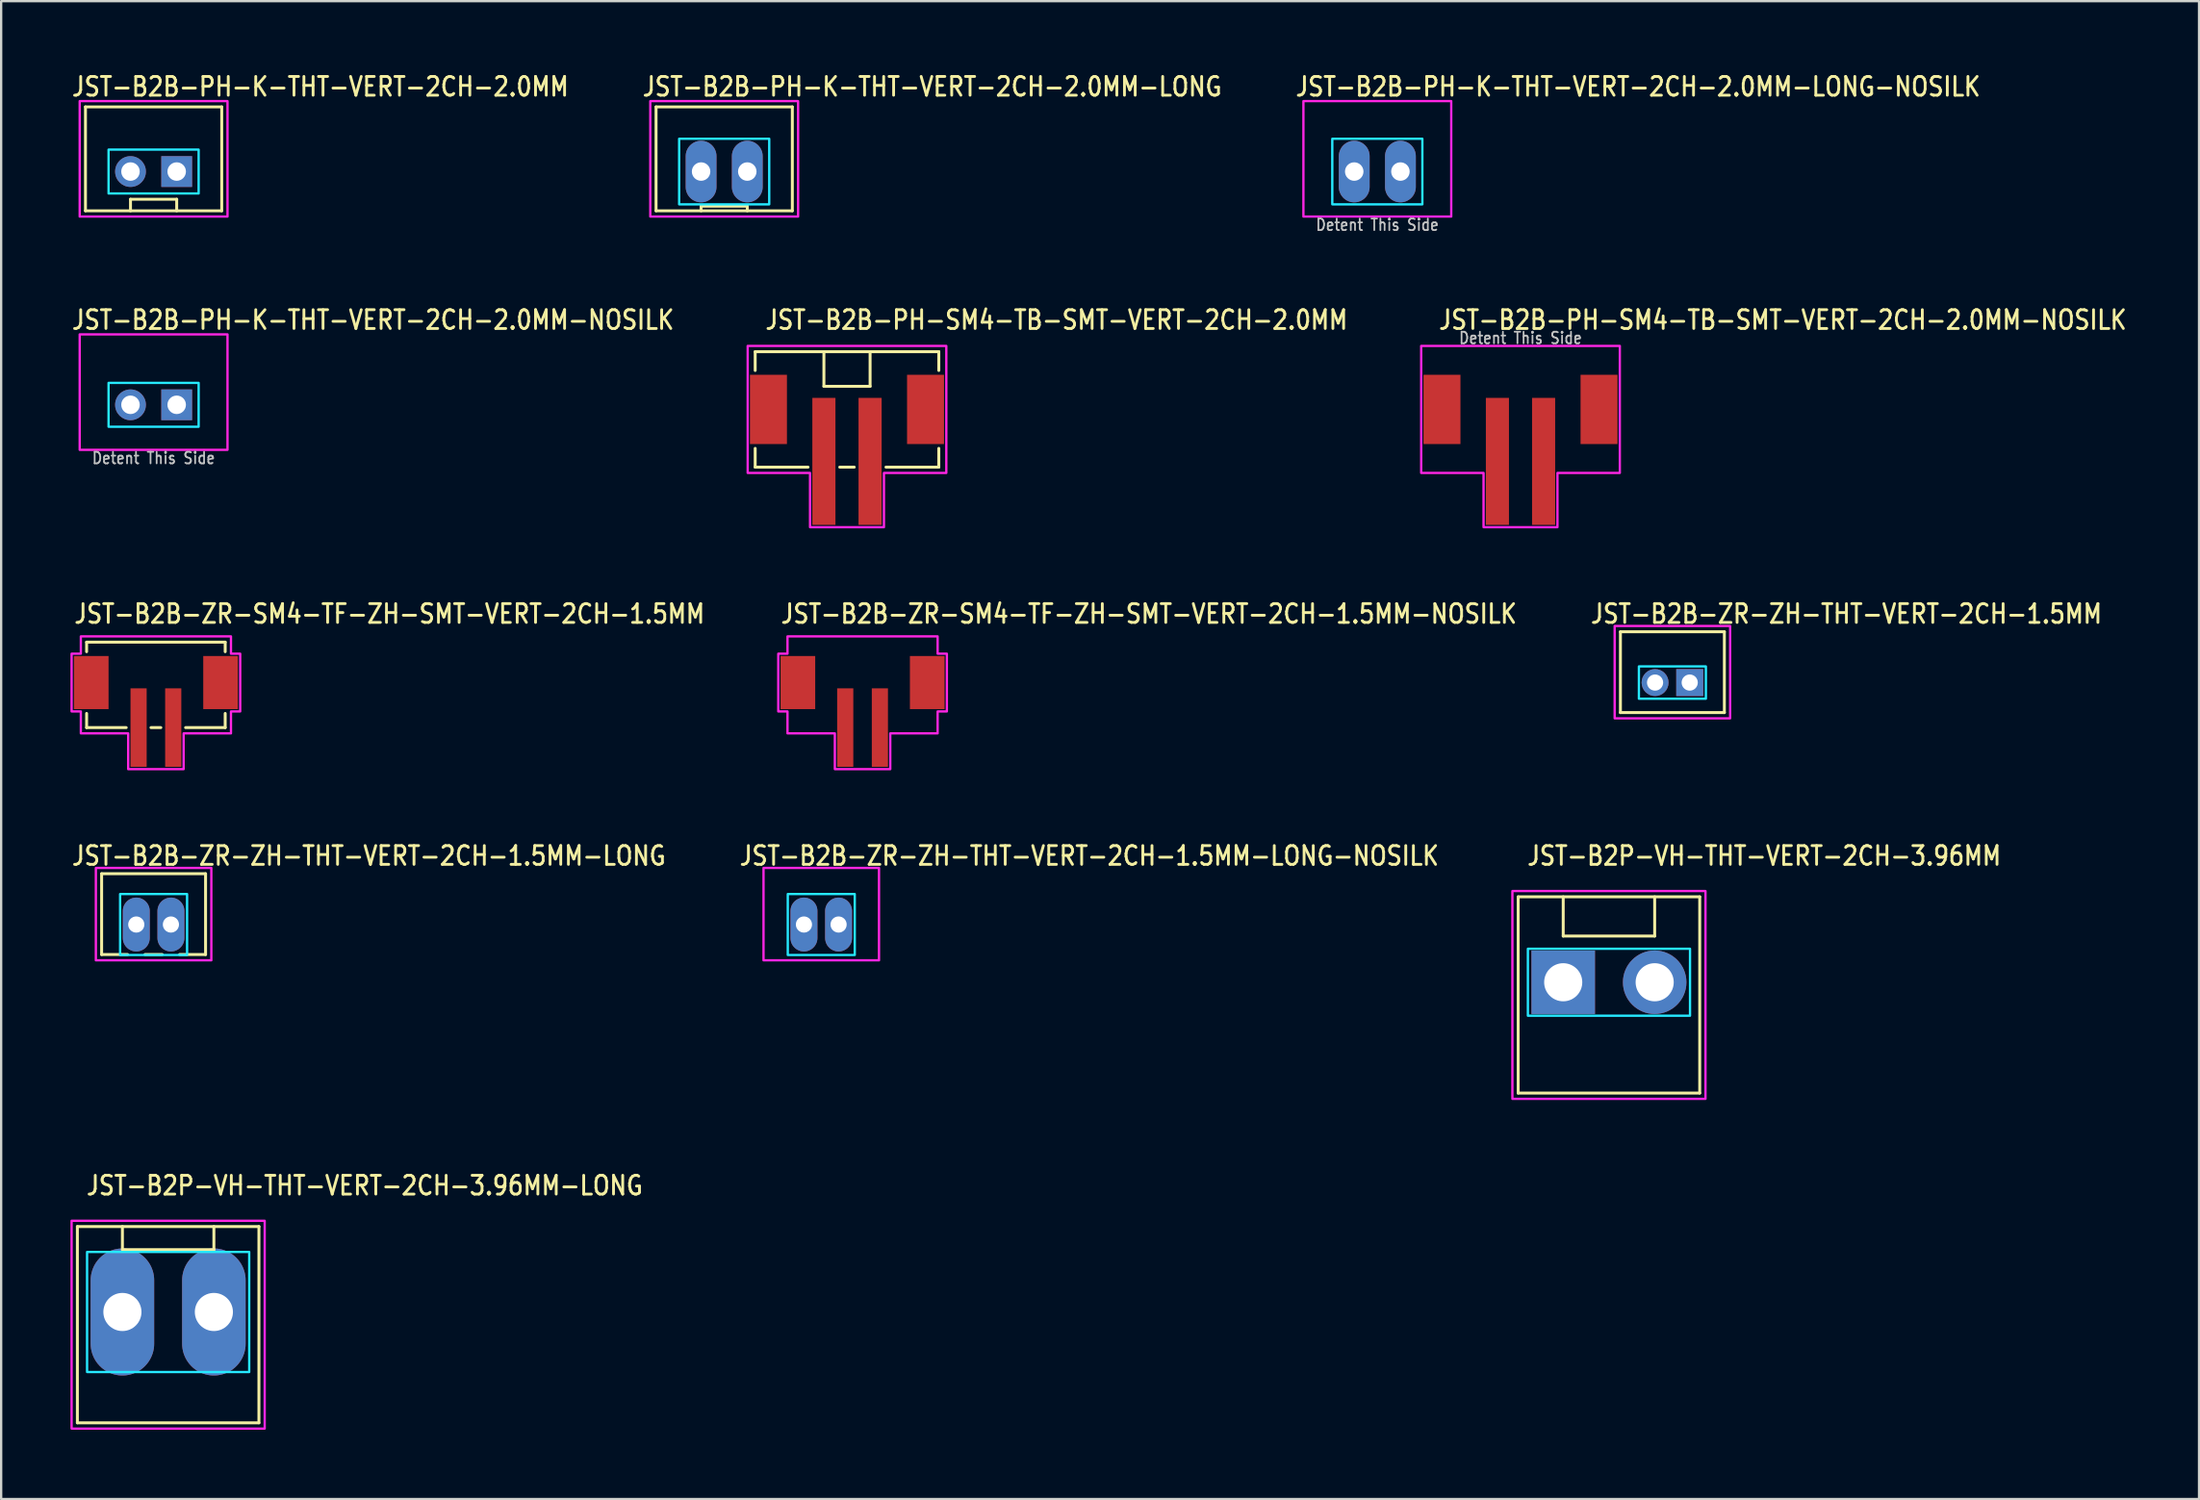
<source format=kicad_pcb>
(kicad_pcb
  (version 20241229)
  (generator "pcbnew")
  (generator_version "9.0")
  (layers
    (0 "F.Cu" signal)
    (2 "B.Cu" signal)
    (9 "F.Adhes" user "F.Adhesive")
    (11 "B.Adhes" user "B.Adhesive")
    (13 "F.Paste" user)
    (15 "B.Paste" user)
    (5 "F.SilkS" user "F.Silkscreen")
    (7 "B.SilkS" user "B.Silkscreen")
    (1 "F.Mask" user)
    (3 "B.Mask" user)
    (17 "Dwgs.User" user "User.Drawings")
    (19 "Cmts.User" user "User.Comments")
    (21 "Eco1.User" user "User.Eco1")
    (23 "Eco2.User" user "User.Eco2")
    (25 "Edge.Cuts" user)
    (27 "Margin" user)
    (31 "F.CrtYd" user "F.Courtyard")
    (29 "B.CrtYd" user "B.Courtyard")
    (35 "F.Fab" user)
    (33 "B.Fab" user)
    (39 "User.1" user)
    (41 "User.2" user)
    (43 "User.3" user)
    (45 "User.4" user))
  (footprint "JST-B2B-PH-K-THT-VERT-2CH-2.0MM-LONG-NOSILK"
    (layer "F.Cu")
    (at 56.582 4.379)
    (property "Reference" "JST-B2B-PH-K-THT-VERT-2CH-2.0MM-LONG-NOSILK" (at -3.6 -3.2 0) (unlocked yes) (layer "F.SilkS") (effects (font (size 0.813 0.695) (thickness 0.122)) (justify left bottom)))
    (fp_poly (pts (xy -1.95 -1.42) (xy -1.95 1.42) (xy 1.95 1.42) (xy 1.95 -1.42)) (stroke (width 0.1) (type solid)) (fill no) (layer "B.CrtYd"))
    (fp_poly (pts (xy -3.2 1.95) (xy -3.2 -3.05) (xy 3.2 -3.05) (xy 3.2 1.95)) (stroke (width 0.1) (type solid)) (fill no) (layer "F.CrtYd"))
    (fp_text user "Detent This Side" (at 0 2.6 0) (unlocked yes) (layer "Dwgs.User") (effects (font (size 0.5 0.427) (thickness 0.075)) (justify bottom)))
    (pad "1" thru_hole oval (at 1 0 90) (size 2.667 1.333) (drill 0.8) (layers "*.Cu" "*.Mask"))
    (pad "2" thru_hole oval (at -1 0 90) (size 2.667 1.333) (drill 0.8) (layers "*.Cu" "*.Mask")))
  (footprint "JST-B2B-ZR-ZH-THT-VERT-2CH-1.5MM"
    (layer "F.Cu")
    (at 69.357 26.509)
    (property "Reference" "JST-B2B-ZR-ZH-THT-VERT-2CH-1.5MM" (at -3.6 -2.5 0) (unlocked yes) (layer "F.SilkS") (effects (font (size 0.813 0.695) (thickness 0.122)) (justify left bottom)))
    (fp_line (start -2.25 -2.2) (end 2.25 -2.2) (stroke (width 0.127) (type solid)) (layer "F.SilkS"))
    (fp_line (start -2.25 1.3) (end -2.25 -2.2) (stroke (width 0.127) (type solid)) (layer "F.SilkS"))
    (fp_line (start -2.25 1.3) (end 2.25 1.3) (stroke (width 0.127) (type solid)) (layer "F.SilkS"))
    (fp_line (start 2.25 -2.2) (end 2.25 1.3) (stroke (width 0.127) (type solid)) (layer "F.SilkS"))
    (fp_poly (pts (xy -1.45 -0.7) (xy -1.45 0.7) (xy 1.45 0.7) (xy 1.45 -0.7)) (stroke (width 0.1) (type solid)) (fill no) (layer "B.CrtYd"))
    (fp_poly (pts (xy -2.5 -2.45) (xy -2.5 1.55) (xy 2.5 1.55) (xy 2.5 -2.45)) (stroke (width 0.1) (type solid)) (fill no) (layer "F.CrtYd"))
    (pad "1" thru_hole rect (at 0.75 0) (size 1.167 1.167) (drill 0.7) (layers "*.Cu" "*.Mask"))
    (pad "2" thru_hole oval (at -0.75 0) (size 1.167 1.167) (drill 0.7) (layers "*.Cu" "*.Mask")))
  (footprint "JST-B2B-PH-SM4-TB-SMT-VERT-2CH-2.0MM-NOSILK"
    (layer "F.Cu")
    (at 62.781 14.68)
    (property "Reference" "JST-B2B-PH-SM4-TB-SMT-VERT-2CH-2.0MM-NOSILK" (at -3.6 -3.4 0) (unlocked yes) (layer "F.SilkS") (effects (font (size 0.813 0.695) (thickness 0.122)) (justify left bottom)))
    (fp_poly (pts (xy -4.3 -2.75) (xy -4.3 2.75) (xy -1.6 2.75) (xy -1.6 5.1) (xy 1.6 5.1) (xy 1.6 2.75) (xy 4.3 2.75) (xy 4.3 -2.75)) (stroke (width 0.1) (type solid)) (fill no) (layer "F.CrtYd"))
    (fp_text user "Detent This Side" (at 0 -2.8 0) (unlocked yes) (layer "Dwgs.User") (effects (font (size 0.5 0.427) (thickness 0.075)) (justify bottom)))
    (pad "1" smd rect (at -1 2.25) (size 1 5.5) (layers "F.Cu" "F.Mask" "F.Paste"))
    (pad "2" smd rect (at 1 2.25) (size 1 5.5) (layers "F.Cu" "F.Mask" "F.Paste"))
    (pad "S_1" smd rect (at -3.4 0) (size 1.6 3) (layers "F.Cu" "F.Mask" "F.Paste"))
    (pad "S_2" smd rect (at 3.4 0) (size 1.6 3) (layers "F.Cu" "F.Mask" "F.Paste")))
  (footprint "JST-B2P-VH-THT-VERT-2CH-3.96MM-LONG"
    (layer "F.Cu")
    (at 4.23 53.766)
    (property "Reference" "JST-B2P-VH-THT-VERT-2CH-3.96MM-LONG" (at -3.6 -5 0) (unlocked yes) (layer "F.SilkS") (effects (font (size 0.813 0.695) (thickness 0.122)) (justify left bottom)))
    (fp_line (start -3.93 -3.7) (end 3.93 -3.7) (stroke (width 0.127) (type solid)) (layer "F.SilkS"))
    (fp_line (start -3.93 4.8) (end -3.93 -3.7) (stroke (width 0.127) (type solid)) (layer "F.SilkS"))
    (fp_line (start -3.93 4.8) (end 3.93 4.8) (stroke (width 0.127) (type solid)) (layer "F.SilkS"))
    (fp_line (start -1.98 -3.7) (end -1.98 -2.7) (stroke (width 0.127) (type solid)) (layer "F.SilkS"))
    (fp_line (start -1.98 -2.7) (end 1.98 -2.7) (stroke (width 0.127) (type solid)) (layer "F.SilkS"))
    (fp_line (start 1.98 -3.7) (end 1.98 -2.7) (stroke (width 0.127) (type solid)) (layer "F.SilkS"))
    (fp_line (start 3.93 -3.7) (end 3.93 4.8) (stroke (width 0.127) (type solid)) (layer "F.SilkS"))
    (fp_poly (pts (xy -3.51 -2.6) (xy -3.51 2.6) (xy 3.51 2.6) (xy 3.51 -2.6)) (stroke (width 0.1) (type solid)) (fill no) (layer "B.CrtYd"))
    (fp_poly (pts (xy -4.18 -3.95) (xy -4.18 5.05) (xy 4.18 5.05) (xy 4.18 -3.95)) (stroke (width 0.1) (type solid)) (fill no) (layer "F.CrtYd"))
    (pad "1" thru_hole oval (at -1.98 0 90) (size 5.5 2.75) (drill 1.65) (layers "*.Cu" "*.Mask"))
    (pad "2" thru_hole oval (at 1.98 0 90) (size 5.5 2.75) (drill 1.65) (layers "*.Cu" "*.Mask")))
  (footprint "JST-B2B-ZR-SM4-TF-ZH-SMT-VERT-2CH-1.5MM"
    (layer "F.Cu")
    (at 3.7 26.509)
    (property "Reference" "JST-B2B-ZR-SM4-TF-ZH-SMT-VERT-2CH-1.5MM" (at -3.6 -2.5 0) (unlocked yes) (layer "F.SilkS") (effects (font (size 0.813 0.695) (thickness 0.122)) (justify left bottom)))
    (fp_line (start -3 -1.75) (end -3 -1.337) (stroke (width 0.127) (type solid)) (layer "F.SilkS"))
    (fp_line (start -3 -1.75) (end 3 -1.75) (stroke (width 0.127) (type solid)) (layer "F.SilkS"))
    (fp_line (start -3 1.95) (end -3 1.337) (stroke (width 0.127) (type solid)) (layer "F.SilkS"))
    (fp_line (start -3 1.95) (end -1.286 1.95) (stroke (width 0.127) (type solid)) (layer "F.SilkS"))
    (fp_line (start -0.213 1.95) (end 0.213 1.95) (stroke (width 0.127) (type solid)) (layer "F.SilkS"))
    (fp_line (start 1.286 1.95) (end 3 1.95) (stroke (width 0.127) (type solid)) (layer "F.SilkS"))
    (fp_line (start 3 -1.337) (end 3 -1.75) (stroke (width 0.127) (type solid)) (layer "F.SilkS"))
    (fp_line (start 3 1.337) (end 3 1.95) (stroke (width 0.127) (type solid)) (layer "F.SilkS"))
    (fp_poly (pts (xy -3.25 -2) (xy -3.25 -1.25) (xy -3.65 -1.25) (xy -3.65 1.25) (xy -3.25 1.25) (xy -3.25 2.2) (xy -1.2 2.2) (xy -1.2 3.75) (xy 1.2 3.75) (xy 1.2 2.2) (xy 3.25 2.2) (xy 3.25 1.25) (xy 3.65 1.25) (xy 3.65 -1.25) (xy 3.25 -1.25) (xy 3.25 -2)) (stroke (width 0.1) (type solid)) (fill no) (layer "F.CrtYd"))
    (pad "P$1" smd rect (at -0.75 1.95) (size 0.7 3.4) (layers "F.Cu" "F.Mask" "F.Paste"))
    (pad "P$2" smd rect (at 0.75 1.95) (size 0.7 3.4) (layers "F.Cu" "F.Mask" "F.Paste"))
    (pad "S$3" smd rect (at 2.8 0) (size 1.5 2.3) (layers "F.Cu" "F.Mask" "F.Paste"))
    (pad "S$4" smd rect (at -2.8 0) (size 1.5 2.3) (layers "F.Cu" "F.Mask" "F.Paste")))
  (footprint "JST-B2B-ZR-ZH-THT-VERT-2CH-1.5MM-LONG-NOSILK"
    (layer "F.Cu")
    (at 32.507 36.987)
    (property "Reference" "JST-B2B-ZR-ZH-THT-VERT-2CH-1.5MM-LONG-NOSILK" (at -3.6 -2.5 0) (unlocked yes) (layer "F.SilkS") (effects (font (size 0.813 0.695) (thickness 0.122)) (justify left bottom)))
    (fp_poly (pts (xy -1.45 -1.32) (xy -1.45 1.32) (xy 1.45 1.32) (xy 1.45 -1.32)) (stroke (width 0.1) (type solid)) (fill no) (layer "B.CrtYd"))
    (fp_poly (pts (xy -2.5 -2.45) (xy -2.5 1.55) (xy 2.5 1.55) (xy 2.5 -2.45)) (stroke (width 0.1) (type solid)) (fill no) (layer "F.CrtYd"))
    (pad "1" thru_hole oval (at 0.75 0 90) (size 2.333 1.167) (drill 0.7) (layers "*.Cu" "*.Mask"))
    (pad "2" thru_hole oval (at -0.75 0 90) (size 2.333 1.167) (drill 0.7) (layers "*.Cu" "*.Mask")))
  (footprint "JST-B2P-VH-THT-VERT-2CH-3.96MM"
    (layer "F.Cu")
    (at 66.61 39.487)
    (property "Reference" "JST-B2P-VH-THT-VERT-2CH-3.96MM" (at -3.6 -5 0) (unlocked yes) (layer "F.SilkS") (effects (font (size 0.813 0.695) (thickness 0.122)) (justify left bottom)))
    (fp_line (start -3.93 -3.7) (end 3.93 -3.7) (stroke (width 0.127) (type solid)) (layer "F.SilkS"))
    (fp_line (start -3.93 4.8) (end -3.93 -3.7) (stroke (width 0.127) (type solid)) (layer "F.SilkS"))
    (fp_line (start -3.93 4.8) (end 3.93 4.8) (stroke (width 0.127) (type solid)) (layer "F.SilkS"))
    (fp_line (start -1.98 -3.7) (end -1.98 -2) (stroke (width 0.127) (type solid)) (layer "F.SilkS"))
    (fp_line (start -1.98 -2) (end 1.98 -2) (stroke (width 0.127) (type solid)) (layer "F.SilkS"))
    (fp_line (start 1.98 -3.7) (end 1.98 -2) (stroke (width 0.127) (type solid)) (layer "F.SilkS"))
    (fp_line (start 3.93 -3.7) (end 3.93 4.8) (stroke (width 0.127) (type solid)) (layer "F.SilkS"))
    (fp_poly (pts (xy -3.51 -1.45) (xy -3.51 1.45) (xy 3.51 1.45) (xy 3.51 -1.45)) (stroke (width 0.1) (type solid)) (fill no) (layer "B.CrtYd"))
    (fp_poly (pts (xy -4.18 -3.95) (xy -4.18 5.05) (xy 4.18 5.05) (xy 4.18 -3.95)) (stroke (width 0.1) (type solid)) (fill no) (layer "F.CrtYd"))
    (pad "1" thru_hole rect (at -1.98 0) (size 2.75 2.75) (drill 1.65) (layers "*.Cu" "*.Mask"))
    (pad "2" thru_hole oval (at 1.98 0) (size 2.75 2.75) (drill 1.65) (layers "*.Cu" "*.Mask")))
  (footprint "JST-B2B-ZR-SM4-TF-ZH-SMT-VERT-2CH-1.5MM-NOSILK"
    (layer "F.Cu")
    (at 34.295 26.509)
    (property "Reference" "JST-B2B-ZR-SM4-TF-ZH-SMT-VERT-2CH-1.5MM-NOSILK" (at -3.6 -2.5 0) (unlocked yes) (layer "F.SilkS") (effects (font (size 0.813 0.695) (thickness 0.122)) (justify left bottom)))
    (fp_poly (pts (xy -3.25 -2) (xy -3.25 -1.25) (xy -3.65 -1.25) (xy -3.65 1.25) (xy -3.25 1.25) (xy -3.25 2.2) (xy -1.2 2.2) (xy -1.2 3.75) (xy 1.2 3.75) (xy 1.2 2.2) (xy 3.25 2.2) (xy 3.25 1.25) (xy 3.65 1.25) (xy 3.65 -1.25) (xy 3.25 -1.25) (xy 3.25 -2)) (stroke (width 0.1) (type solid)) (fill no) (layer "F.CrtYd"))
    (pad "1" smd rect (at -0.75 1.95) (size 0.7 3.4) (layers "F.Cu" "F.Mask" "F.Paste"))
    (pad "2" smd rect (at 0.75 1.95) (size 0.7 3.4) (layers "F.Cu" "F.Mask" "F.Paste"))
    (pad "3" smd rect (at 2.8 0) (size 1.5 2.3) (layers "F.Cu" "F.Mask" "F.Paste"))
    (pad "4" smd rect (at -2.8 0) (size 1.5 2.3) (layers "F.Cu" "F.Mask" "F.Paste")))
  (footprint "JST-B2B-PH-SM4-TB-SMT-VERT-2CH-2.0MM"
    (layer "F.Cu")
    (at 33.621 14.68)
    (property "Reference" "JST-B2B-PH-SM4-TB-SMT-VERT-2CH-2.0MM" (at -3.6 -3.4 0) (unlocked yes) (layer "F.SilkS") (effects (font (size 0.813 0.695) (thickness 0.122)) (justify left bottom)))
    (fp_line (start -3.975 -2.5) (end -3.975 -1.687) (stroke (width 0.127) (type solid)) (layer "F.SilkS"))
    (fp_line (start -3.975 -2.5) (end 3.975 -2.5) (stroke (width 0.127) (type solid)) (layer "F.SilkS"))
    (fp_line (start -3.975 2.5) (end -3.975 1.687) (stroke (width 0.127) (type solid)) (layer "F.SilkS"))
    (fp_line (start -3.975 2.5) (end -1.687 2.5) (stroke (width 0.127) (type solid)) (layer "F.SilkS"))
    (fp_line (start -1 -2.5) (end -1 -1) (stroke (width 0.127) (type solid)) (layer "F.SilkS"))
    (fp_line (start -1 -1) (end 1 -1) (stroke (width 0.127) (type solid)) (layer "F.SilkS"))
    (fp_line (start -0.314 2.5) (end 0.314 2.5) (stroke (width 0.127) (type solid)) (layer "F.SilkS"))
    (fp_line (start 1 -1) (end 1 -2.5) (stroke (width 0.127) (type solid)) (layer "F.SilkS"))
    (fp_line (start 1.687 2.5) (end 3.975 2.5) (stroke (width 0.127) (type solid)) (layer "F.SilkS"))
    (fp_line (start 3.975 -1.687) (end 3.975 -2.5) (stroke (width 0.127) (type solid)) (layer "F.SilkS"))
    (fp_line (start 3.975 1.687) (end 3.975 2.5) (stroke (width 0.127) (type solid)) (layer "F.SilkS"))
    (fp_poly (pts (xy -4.3 -2.75) (xy -4.3 2.75) (xy -1.6 2.75) (xy -1.6 5.1) (xy 1.6 5.1) (xy 1.6 2.75) (xy 4.3 2.75) (xy 4.3 -2.75)) (stroke (width 0.1) (type solid)) (fill no) (layer "F.CrtYd"))
    (pad "1" smd rect (at -1 2.25) (size 1 5.5) (layers "F.Cu" "F.Mask" "F.Paste"))
    (pad "2" smd rect (at 1 2.25) (size 1 5.5) (layers "F.Cu" "F.Mask" "F.Paste"))
    (pad "S_1" smd rect (at -3.4 0) (size 1.6 3) (layers "F.Cu" "F.Mask" "F.Paste"))
    (pad "S_2" smd rect (at 3.4 0) (size 1.6 3) (layers "F.Cu" "F.Mask" "F.Paste")))
  (footprint "JST-B2B-PH-K-THT-VERT-2CH-2.0MM-NOSILK"
    (layer "F.Cu")
    (at 3.6 14.48)
    (property "Reference" "JST-B2B-PH-K-THT-VERT-2CH-2.0MM-NOSILK" (at -3.6 -3.2 0) (unlocked yes) (layer "F.SilkS") (effects (font (size 0.813 0.695) (thickness 0.122)) (justify left bottom)))
    (fp_poly (pts (xy -1.95 -0.95) (xy -1.95 0.95) (xy 1.95 0.95) (xy 1.95 -0.95)) (stroke (width 0.1) (type solid)) (fill no) (layer "B.CrtYd"))
    (fp_poly (pts (xy -3.2 1.95) (xy -3.2 -3.05) (xy 3.2 -3.05) (xy 3.2 1.95)) (stroke (width 0.1) (type solid)) (fill no) (layer "F.CrtYd"))
    (fp_text user "Detent This Side" (at 0 2.6 0) (unlocked yes) (layer "Dwgs.User") (effects (font (size 0.5 0.427) (thickness 0.075)) (justify bottom)))
    (pad "1" thru_hole rect (at 1 0) (size 1.333 1.333) (drill 0.8) (layers "*.Cu" "*.Mask"))
    (pad "2" thru_hole oval (at -1 0) (size 1.333 1.333) (drill 0.8) (layers "*.Cu" "*.Mask")))
  (footprint "JST-B2B-PH-K-THT-VERT-2CH-2.0MM-LONG"
    (layer "F.Cu")
    (at 28.304 4.379)
    (property "Reference" "JST-B2B-PH-K-THT-VERT-2CH-2.0MM-LONG" (at -3.6 -3.2 0) (unlocked yes) (layer "F.SilkS") (effects (font (size 0.813 0.695) (thickness 0.122)) (justify left bottom)))
    (fp_line (start -2.95 -2.8) (end -2.95 1.7) (stroke (width 0.127) (type solid)) (layer "F.SilkS"))
    (fp_line (start -2.95 -2.8) (end 2.95 -2.8) (stroke (width 0.127) (type solid)) (layer "F.SilkS"))
    (fp_line (start -2.95 1.7) (end 2.95 1.7) (stroke (width 0.127) (type solid)) (layer "F.SilkS"))
    (fp_line (start -1 1.7) (end -1 1.5) (stroke (width 0.127) (type solid)) (layer "F.SilkS"))
    (fp_line (start 1 1.5) (end -1 1.5) (stroke (width 0.127) (type solid)) (layer "F.SilkS"))
    (fp_line (start 1 1.7) (end 1 1.5) (stroke (width 0.127) (type solid)) (layer "F.SilkS"))
    (fp_line (start 2.95 1.7) (end 2.95 -2.8) (stroke (width 0.127) (type solid)) (layer "F.SilkS"))
    (fp_poly (pts (xy -1.95 -1.42) (xy -1.95 1.42) (xy 1.95 1.42) (xy 1.95 -1.42)) (stroke (width 0.1) (type solid)) (fill no) (layer "B.CrtYd"))
    (fp_poly (pts (xy -3.2 1.95) (xy -3.2 -3.05) (xy 3.2 -3.05) (xy 3.2 1.95)) (stroke (width 0.1) (type solid)) (fill no) (layer "F.CrtYd"))
    (pad "P$1" thru_hole oval (at 1 0 90) (size 2.667 1.333) (drill 0.8) (layers "*.Cu" "*.Mask"))
    (pad "P$2" thru_hole oval (at -1 0 90) (size 2.667 1.333) (drill 0.8) (layers "*.Cu" "*.Mask")))
  (footprint "JST-B2B-PH-K-THT-VERT-2CH-2.0MM"
    (layer "F.Cu")
    (at 3.6 4.379)
    (property "Reference" "JST-B2B-PH-K-THT-VERT-2CH-2.0MM" (at -3.6 -3.2 0) (unlocked yes) (layer "F.SilkS") (effects (font (size 0.813 0.695) (thickness 0.122)) (justify left bottom)))
    (fp_line (start -2.95 -2.8) (end -2.95 1.7) (stroke (width 0.127) (type solid)) (layer "F.SilkS"))
    (fp_line (start -2.95 -2.8) (end 2.95 -2.8) (stroke (width 0.127) (type solid)) (layer "F.SilkS"))
    (fp_line (start -2.95 1.7) (end 2.95 1.7) (stroke (width 0.127) (type solid)) (layer "F.SilkS"))
    (fp_line (start -1 1.7) (end -1 1.2) (stroke (width 0.127) (type solid)) (layer "F.SilkS"))
    (fp_line (start 1 1.2) (end -1 1.2) (stroke (width 0.127) (type solid)) (layer "F.SilkS"))
    (fp_line (start 1 1.7) (end 1 1.2) (stroke (width 0.127) (type solid)) (layer "F.SilkS"))
    (fp_line (start 2.95 1.7) (end 2.95 -2.8) (stroke (width 0.127) (type solid)) (layer "F.SilkS"))
    (fp_poly (pts (xy -1.95 -0.95) (xy -1.95 0.95) (xy 1.95 0.95) (xy 1.95 -0.95)) (stroke (width 0.1) (type solid)) (fill no) (layer "B.CrtYd"))
    (fp_poly (pts (xy -3.2 1.95) (xy -3.2 -3.05) (xy 3.2 -3.05) (xy 3.2 1.95)) (stroke (width 0.1) (type solid)) (fill no) (layer "F.CrtYd"))
    (pad "1" thru_hole rect (at 1 0) (size 1.333 1.333) (drill 0.8) (layers "*.Cu" "*.Mask"))
    (pad "2" thru_hole oval (at -1 0) (size 1.333 1.333) (drill 0.8) (layers "*.Cu" "*.Mask")))
  (footprint "JST-B2B-ZR-ZH-THT-VERT-2CH-1.5MM-LONG"
    (layer "F.Cu")
    (at 3.6 36.987)
    (property "Reference" "JST-B2B-ZR-ZH-THT-VERT-2CH-1.5MM-LONG" (at -3.6 -2.5 0) (unlocked yes) (layer "F.SilkS") (effects (font (size 0.813 0.695) (thickness 0.122)) (justify left bottom)))
    (fp_line (start -2.25 -2.2) (end 2.25 -2.2) (stroke (width 0.127) (type solid)) (layer "F.SilkS"))
    (fp_line (start -2.25 1.3) (end -2.25 -2.2) (stroke (width 0.127) (type solid)) (layer "F.SilkS"))
    (fp_line (start -2.25 1.3) (end -1.125 1.3) (stroke (width 0.127) (type solid)) (layer "F.SilkS"))
    (fp_line (start -0.375 1.3) (end 0.375 1.3) (stroke (width 0.127) (type solid)) (layer "F.SilkS"))
    (fp_line (start 1.125 1.3) (end 2.25 1.3) (stroke (width 0.127) (type solid)) (layer "F.SilkS"))
    (fp_line (start 2.25 -2.2) (end 2.25 1.3) (stroke (width 0.127) (type solid)) (layer "F.SilkS"))
    (fp_poly (pts (xy -1.45 -1.32) (xy -1.45 1.32) (xy 1.45 1.32) (xy 1.45 -1.32)) (stroke (width 0.1) (type solid)) (fill no) (layer "B.CrtYd"))
    (fp_poly (pts (xy -2.5 -2.45) (xy -2.5 1.55) (xy 2.5 1.55) (xy 2.5 -2.45)) (stroke (width 0.1) (type solid)) (fill no) (layer "F.CrtYd"))
    (pad "1" thru_hole oval (at 0.75 0 90) (size 2.333 1.167) (drill 0.7) (layers "*.Cu" "*.Mask"))
    (pad "2" thru_hole oval (at -0.75 0 90) (size 2.333 1.167) (drill 0.7) (layers "*.Cu" "*.Mask")))
  (gr_rect
    (start -3 -3)
    (end 92.158 61.866)
    (stroke (width 0.1) (type default))
    (fill no)
    (layer "Edge.Cuts")))
</source>
